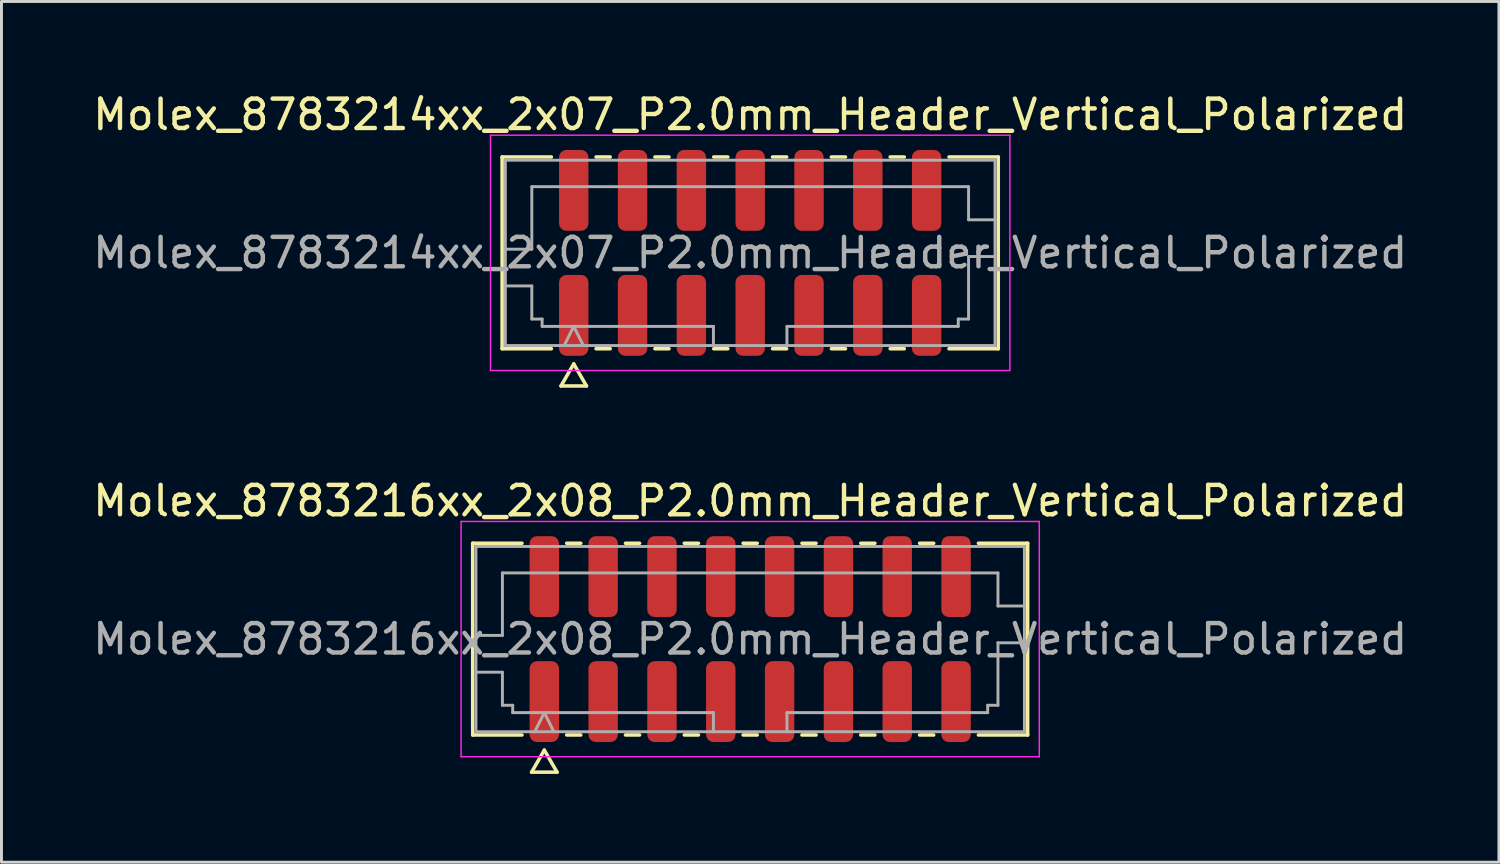
<source format=kicad_pcb>
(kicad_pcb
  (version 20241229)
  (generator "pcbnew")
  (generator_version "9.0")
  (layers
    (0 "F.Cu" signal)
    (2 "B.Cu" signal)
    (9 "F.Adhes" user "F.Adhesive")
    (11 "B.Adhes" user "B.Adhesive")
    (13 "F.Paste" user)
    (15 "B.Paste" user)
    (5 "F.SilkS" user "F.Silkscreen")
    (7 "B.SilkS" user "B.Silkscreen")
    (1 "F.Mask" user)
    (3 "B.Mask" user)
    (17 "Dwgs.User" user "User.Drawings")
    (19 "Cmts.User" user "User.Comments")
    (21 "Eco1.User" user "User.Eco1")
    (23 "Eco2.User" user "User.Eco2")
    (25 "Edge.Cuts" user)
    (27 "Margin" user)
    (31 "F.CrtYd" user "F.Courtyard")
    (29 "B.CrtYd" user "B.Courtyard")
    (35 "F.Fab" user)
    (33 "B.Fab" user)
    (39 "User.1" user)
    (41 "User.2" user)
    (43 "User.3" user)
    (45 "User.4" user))
  (footprint "Molex_8783216xx_2x08_P2.0mm_Header_Vertical_Polarized"
    (layer "F.Cu")
    (at 22.458 18.681)
    (property "Reference" "Molex_8783216xx_2x08_P2.0mm_Header_Vertical_Polarized" (at 0 -4.7 0) (layer "F.SilkS") (effects (font (size 1 1) (thickness 0.15))))
    (attr smd)
    (fp_line (start -9.435 -3.26) (end -7.76 -3.26) (stroke (width 0.12) (type solid)) (layer "F.SilkS"))
    (fp_line (start -9.435 3.26) (end -9.435 -3.26) (stroke (width 0.12) (type solid)) (layer "F.SilkS"))
    (fp_line (start -7.76 3.26) (end -9.435 3.26) (stroke (width 0.12) (type solid)) (layer "F.SilkS"))
    (fp_line (start -7.433 4.525) (end -7 3.775) (stroke (width 0.12) (type solid)) (layer "F.SilkS"))
    (fp_line (start -7 3.775) (end -6.567 4.525) (stroke (width 0.12) (type solid)) (layer "F.SilkS"))
    (fp_line (start -6.567 4.525) (end -7.433 4.525) (stroke (width 0.12) (type solid)) (layer "F.SilkS"))
    (fp_line (start -6.24 -3.26) (end -5.76 -3.26) (stroke (width 0.12) (type solid)) (layer "F.SilkS"))
    (fp_line (start -5.76 3.26) (end -6.24 3.26) (stroke (width 0.12) (type solid)) (layer "F.SilkS"))
    (fp_line (start -4.24 -3.26) (end -3.76 -3.26) (stroke (width 0.12) (type solid)) (layer "F.SilkS"))
    (fp_line (start -3.76 3.26) (end -4.24 3.26) (stroke (width 0.12) (type solid)) (layer "F.SilkS"))
    (fp_line (start -2.24 -3.26) (end -1.76 -3.26) (stroke (width 0.12) (type solid)) (layer "F.SilkS"))
    (fp_line (start -1.76 3.26) (end -2.24 3.26) (stroke (width 0.12) (type solid)) (layer "F.SilkS"))
    (fp_line (start -0.24 -3.26) (end 0.24 -3.26) (stroke (width 0.12) (type solid)) (layer "F.SilkS"))
    (fp_line (start 0.24 3.26) (end -0.24 3.26) (stroke (width 0.12) (type solid)) (layer "F.SilkS"))
    (fp_line (start 1.76 -3.26) (end 2.24 -3.26) (stroke (width 0.12) (type solid)) (layer "F.SilkS"))
    (fp_line (start 2.24 3.26) (end 1.76 3.26) (stroke (width 0.12) (type solid)) (layer "F.SilkS"))
    (fp_line (start 3.76 -3.26) (end 4.24 -3.26) (stroke (width 0.12) (type solid)) (layer "F.SilkS"))
    (fp_line (start 4.24 3.26) (end 3.76 3.26) (stroke (width 0.12) (type solid)) (layer "F.SilkS"))
    (fp_line (start 5.76 -3.26) (end 6.24 -3.26) (stroke (width 0.12) (type solid)) (layer "F.SilkS"))
    (fp_line (start 6.24 3.26) (end 5.76 3.26) (stroke (width 0.12) (type solid)) (layer "F.SilkS"))
    (fp_line (start 7.76 -3.26) (end 9.435 -3.26) (stroke (width 0.12) (type solid)) (layer "F.SilkS"))
    (fp_line (start 9.435 -3.26) (end 9.435 3.26) (stroke (width 0.12) (type solid)) (layer "F.SilkS"))
    (fp_line (start 9.435 3.26) (end 7.76 3.26) (stroke (width 0.12) (type solid)) (layer "F.SilkS"))
    (fp_line (start -9.83 -4) (end -9.83 4) (stroke (width 0.05) (type solid)) (layer "F.CrtYd"))
    (fp_line (start -9.83 4) (end 9.83 4) (stroke (width 0.05) (type solid)) (layer "F.CrtYd"))
    (fp_line (start 9.83 -4) (end -9.83 -4) (stroke (width 0.05) (type solid)) (layer "F.CrtYd"))
    (fp_line (start 9.83 4) (end 9.83 -4) (stroke (width 0.05) (type solid)) (layer "F.CrtYd"))
    (fp_line (start -9.325 -3.15) (end 9.325 -3.15) (stroke (width 0.1) (type solid)) (layer "F.Fab"))
    (fp_line (start -9.325 -0.125) (end -8.425 -0.125) (stroke (width 0.1) (type solid)) (layer "F.Fab"))
    (fp_line (start -9.325 1.125) (end -8.425 1.125) (stroke (width 0.1) (type solid)) (layer "F.Fab"))
    (fp_line (start -9.325 3.15) (end -9.325 -3.15) (stroke (width 0.1) (type solid)) (layer "F.Fab"))
    (fp_line (start -8.425 -2.25) (end 8.425 -2.25) (stroke (width 0.1) (type solid)) (layer "F.Fab"))
    (fp_line (start -8.425 -0.125) (end -8.425 -2.25) (stroke (width 0.1) (type solid)) (layer "F.Fab"))
    (fp_line (start -8.425 1.125) (end -8.425 2.25) (stroke (width 0.1) (type solid)) (layer "F.Fab"))
    (fp_line (start -8.425 2.25) (end -8.075 2.25) (stroke (width 0.1) (type solid)) (layer "F.Fab"))
    (fp_line (start -8.075 2.25) (end -8.075 2.5) (stroke (width 0.1) (type solid)) (layer "F.Fab"))
    (fp_line (start -8.075 2.5) (end -1.25 2.5) (stroke (width 0.1) (type solid)) (layer "F.Fab"))
    (fp_line (start -7.325 3.15) (end -7 2.5) (stroke (width 0.1) (type solid)) (layer "F.Fab"))
    (fp_line (start -7 2.5) (end -6.675 3.15) (stroke (width 0.1) (type solid)) (layer "F.Fab"))
    (fp_line (start -1.25 2.5) (end -1.25 3.15) (stroke (width 0.1) (type solid)) (layer "F.Fab"))
    (fp_line (start 1.25 2.5) (end 1.25 3.15) (stroke (width 0.1) (type solid)) (layer "F.Fab"))
    (fp_line (start 1.25 2.5) (end 8.075 2.5) (stroke (width 0.1) (type solid)) (layer "F.Fab"))
    (fp_line (start 8.075 2.25) (end 8.425 2.25) (stroke (width 0.1) (type solid)) (layer "F.Fab"))
    (fp_line (start 8.075 2.5) (end 8.075 2.25) (stroke (width 0.1) (type solid)) (layer "F.Fab"))
    (fp_line (start 8.425 -2.25) (end 8.425 -1.125) (stroke (width 0.1) (type solid)) (layer "F.Fab"))
    (fp_line (start 8.425 -1.125) (end 9.325 -1.125) (stroke (width 0.1) (type solid)) (layer "F.Fab"))
    (fp_line (start 8.425 0.125) (end 9.325 0.125) (stroke (width 0.1) (type solid)) (layer "F.Fab"))
    (fp_line (start 8.425 2.25) (end 8.425 0.125) (stroke (width 0.1) (type solid)) (layer "F.Fab"))
    (fp_line (start 9.325 -3.15) (end 9.325 3.15) (stroke (width 0.1) (type solid)) (layer "F.Fab"))
    (fp_line (start 9.325 3.15) (end -9.325 3.15) (stroke (width 0.1) (type solid)) (layer "F.Fab"))
    (fp_text user "${REFERENCE}" (at 0 0 0) (layer "F.Fab") (effects (font (size 1 1) (thickness 0.15))))
    (pad "1" smd roundrect (at -7 2.125) (size 1 2.75) (layers "F.Cu" "F.Mask" "F.Paste") (roundrect_rratio 0.25))
    (pad "2" smd roundrect (at -7 -2.125) (size 1 2.75) (layers "F.Cu" "F.Mask" "F.Paste") (roundrect_rratio 0.25))
    (pad "3" smd roundrect (at -5 2.125) (size 1 2.75) (layers "F.Cu" "F.Mask" "F.Paste") (roundrect_rratio 0.25))
    (pad "4" smd roundrect (at -5 -2.125) (size 1 2.75) (layers "F.Cu" "F.Mask" "F.Paste") (roundrect_rratio 0.25))
    (pad "5" smd roundrect (at -3 2.125) (size 1 2.75) (layers "F.Cu" "F.Mask" "F.Paste") (roundrect_rratio 0.25))
    (pad "6" smd roundrect (at -3 -2.125) (size 1 2.75) (layers "F.Cu" "F.Mask" "F.Paste") (roundrect_rratio 0.25))
    (pad "7" smd roundrect (at -1 2.125) (size 1 2.75) (layers "F.Cu" "F.Mask" "F.Paste") (roundrect_rratio 0.25))
    (pad "8" smd roundrect (at -1 -2.125) (size 1 2.75) (layers "F.Cu" "F.Mask" "F.Paste") (roundrect_rratio 0.25))
    (pad "9" smd roundrect (at 1 2.125) (size 1 2.75) (layers "F.Cu" "F.Mask" "F.Paste") (roundrect_rratio 0.25))
    (pad "10" smd roundrect (at 1 -2.125) (size 1 2.75) (layers "F.Cu" "F.Mask" "F.Paste") (roundrect_rratio 0.25))
    (pad "11" smd roundrect (at 3 2.125) (size 1 2.75) (layers "F.Cu" "F.Mask" "F.Paste") (roundrect_rratio 0.25))
    (pad "12" smd roundrect (at 3 -2.125) (size 1 2.75) (layers "F.Cu" "F.Mask" "F.Paste") (roundrect_rratio 0.25))
    (pad "13" smd roundrect (at 5 2.125) (size 1 2.75) (layers "F.Cu" "F.Mask" "F.Paste") (roundrect_rratio 0.25))
    (pad "14" smd roundrect (at 5 -2.125) (size 1 2.75) (layers "F.Cu" "F.Mask" "F.Paste") (roundrect_rratio 0.25))
    (pad "15" smd roundrect (at 7 2.125) (size 1 2.75) (layers "F.Cu" "F.Mask" "F.Paste") (roundrect_rratio 0.25))
    (pad "16" smd roundrect (at 7 -2.125) (size 1 2.75) (layers "F.Cu" "F.Mask" "F.Paste") (roundrect_rratio 0.25)))
  (footprint "Molex_8783214xx_2x07_P2.0mm_Header_Vertical_Polarized"
    (layer "F.Cu")
    (at 22.458 5.548)
    (property "Reference" "Molex_8783214xx_2x07_P2.0mm_Header_Vertical_Polarized" (at 0 -4.7 0) (layer "F.SilkS") (effects (font (size 1 1) (thickness 0.15))))
    (attr smd)
    (fp_line (start -8.435 -3.26) (end -6.76 -3.26) (stroke (width 0.12) (type solid)) (layer "F.SilkS"))
    (fp_line (start -8.435 3.26) (end -8.435 -3.26) (stroke (width 0.12) (type solid)) (layer "F.SilkS"))
    (fp_line (start -6.76 3.26) (end -8.435 3.26) (stroke (width 0.12) (type solid)) (layer "F.SilkS"))
    (fp_line (start -6.433 4.525) (end -6 3.775) (stroke (width 0.12) (type solid)) (layer "F.SilkS"))
    (fp_line (start -6 3.775) (end -5.567 4.525) (stroke (width 0.12) (type solid)) (layer "F.SilkS"))
    (fp_line (start -5.567 4.525) (end -6.433 4.525) (stroke (width 0.12) (type solid)) (layer "F.SilkS"))
    (fp_line (start -5.24 -3.26) (end -4.76 -3.26) (stroke (width 0.12) (type solid)) (layer "F.SilkS"))
    (fp_line (start -4.76 3.26) (end -5.24 3.26) (stroke (width 0.12) (type solid)) (layer "F.SilkS"))
    (fp_line (start -3.24 -3.26) (end -2.76 -3.26) (stroke (width 0.12) (type solid)) (layer "F.SilkS"))
    (fp_line (start -2.76 3.26) (end -3.24 3.26) (stroke (width 0.12) (type solid)) (layer "F.SilkS"))
    (fp_line (start -1.24 -3.26) (end -0.76 -3.26) (stroke (width 0.12) (type solid)) (layer "F.SilkS"))
    (fp_line (start -0.76 3.26) (end -1.24 3.26) (stroke (width 0.12) (type solid)) (layer "F.SilkS"))
    (fp_line (start 0.76 -3.26) (end 1.24 -3.26) (stroke (width 0.12) (type solid)) (layer "F.SilkS"))
    (fp_line (start 1.24 3.26) (end 0.76 3.26) (stroke (width 0.12) (type solid)) (layer "F.SilkS"))
    (fp_line (start 2.76 -3.26) (end 3.24 -3.26) (stroke (width 0.12) (type solid)) (layer "F.SilkS"))
    (fp_line (start 3.24 3.26) (end 2.76 3.26) (stroke (width 0.12) (type solid)) (layer "F.SilkS"))
    (fp_line (start 4.76 -3.26) (end 5.24 -3.26) (stroke (width 0.12) (type solid)) (layer "F.SilkS"))
    (fp_line (start 5.24 3.26) (end 4.76 3.26) (stroke (width 0.12) (type solid)) (layer "F.SilkS"))
    (fp_line (start 6.76 -3.26) (end 8.435 -3.26) (stroke (width 0.12) (type solid)) (layer "F.SilkS"))
    (fp_line (start 8.435 -3.26) (end 8.435 3.26) (stroke (width 0.12) (type solid)) (layer "F.SilkS"))
    (fp_line (start 8.435 3.26) (end 6.76 3.26) (stroke (width 0.12) (type solid)) (layer "F.SilkS"))
    (fp_line (start -8.83 -4) (end -8.83 4) (stroke (width 0.05) (type solid)) (layer "F.CrtYd"))
    (fp_line (start -8.83 4) (end 8.83 4) (stroke (width 0.05) (type solid)) (layer "F.CrtYd"))
    (fp_line (start 8.83 -4) (end -8.83 -4) (stroke (width 0.05) (type solid)) (layer "F.CrtYd"))
    (fp_line (start 8.83 4) (end 8.83 -4) (stroke (width 0.05) (type solid)) (layer "F.CrtYd"))
    (fp_line (start -8.325 -3.15) (end 8.325 -3.15) (stroke (width 0.1) (type solid)) (layer "F.Fab"))
    (fp_line (start -8.325 -0.125) (end -7.425 -0.125) (stroke (width 0.1) (type solid)) (layer "F.Fab"))
    (fp_line (start -8.325 1.125) (end -7.425 1.125) (stroke (width 0.1) (type solid)) (layer "F.Fab"))
    (fp_line (start -8.325 3.15) (end -8.325 -3.15) (stroke (width 0.1) (type solid)) (layer "F.Fab"))
    (fp_line (start -7.425 -2.25) (end 7.425 -2.25) (stroke (width 0.1) (type solid)) (layer "F.Fab"))
    (fp_line (start -7.425 -0.125) (end -7.425 -2.25) (stroke (width 0.1) (type solid)) (layer "F.Fab"))
    (fp_line (start -7.425 1.125) (end -7.425 2.25) (stroke (width 0.1) (type solid)) (layer "F.Fab"))
    (fp_line (start -7.425 2.25) (end -7.075 2.25) (stroke (width 0.1) (type solid)) (layer "F.Fab"))
    (fp_line (start -7.075 2.25) (end -7.075 2.5) (stroke (width 0.1) (type solid)) (layer "F.Fab"))
    (fp_line (start -7.075 2.5) (end -1.25 2.5) (stroke (width 0.1) (type solid)) (layer "F.Fab"))
    (fp_line (start -6.325 3.15) (end -6 2.5) (stroke (width 0.1) (type solid)) (layer "F.Fab"))
    (fp_line (start -6 2.5) (end -5.675 3.15) (stroke (width 0.1) (type solid)) (layer "F.Fab"))
    (fp_line (start -1.25 2.5) (end -1.25 3.15) (stroke (width 0.1) (type solid)) (layer "F.Fab"))
    (fp_line (start 1.25 2.5) (end 1.25 3.15) (stroke (width 0.1) (type solid)) (layer "F.Fab"))
    (fp_line (start 1.25 2.5) (end 7.075 2.5) (stroke (width 0.1) (type solid)) (layer "F.Fab"))
    (fp_line (start 7.075 2.25) (end 7.425 2.25) (stroke (width 0.1) (type solid)) (layer "F.Fab"))
    (fp_line (start 7.075 2.5) (end 7.075 2.25) (stroke (width 0.1) (type solid)) (layer "F.Fab"))
    (fp_line (start 7.425 -2.25) (end 7.425 -1.125) (stroke (width 0.1) (type solid)) (layer "F.Fab"))
    (fp_line (start 7.425 -1.125) (end 8.325 -1.125) (stroke (width 0.1) (type solid)) (layer "F.Fab"))
    (fp_line (start 7.425 0.125) (end 8.325 0.125) (stroke (width 0.1) (type solid)) (layer "F.Fab"))
    (fp_line (start 7.425 2.25) (end 7.425 0.125) (stroke (width 0.1) (type solid)) (layer "F.Fab"))
    (fp_line (start 8.325 -3.15) (end 8.325 3.15) (stroke (width 0.1) (type solid)) (layer "F.Fab"))
    (fp_line (start 8.325 3.15) (end -8.325 3.15) (stroke (width 0.1) (type solid)) (layer "F.Fab"))
    (fp_text user "${REFERENCE}" (at 0 0 0) (layer "F.Fab") (effects (font (size 1 1) (thickness 0.15))))
    (pad "1" smd roundrect (at -6 2.125) (size 1 2.75) (layers "F.Cu" "F.Mask" "F.Paste") (roundrect_rratio 0.25))
    (pad "2" smd roundrect (at -6 -2.125) (size 1 2.75) (layers "F.Cu" "F.Mask" "F.Paste") (roundrect_rratio 0.25))
    (pad "3" smd roundrect (at -4 2.125) (size 1 2.75) (layers "F.Cu" "F.Mask" "F.Paste") (roundrect_rratio 0.25))
    (pad "4" smd roundrect (at -4 -2.125) (size 1 2.75) (layers "F.Cu" "F.Mask" "F.Paste") (roundrect_rratio 0.25))
    (pad "5" smd roundrect (at -2 2.125) (size 1 2.75) (layers "F.Cu" "F.Mask" "F.Paste") (roundrect_rratio 0.25))
    (pad "6" smd roundrect (at -2 -2.125) (size 1 2.75) (layers "F.Cu" "F.Mask" "F.Paste") (roundrect_rratio 0.25))
    (pad "7" smd roundrect (at 0 2.125) (size 1 2.75) (layers "F.Cu" "F.Mask" "F.Paste") (roundrect_rratio 0.25))
    (pad "8" smd roundrect (at 0 -2.125) (size 1 2.75) (layers "F.Cu" "F.Mask" "F.Paste") (roundrect_rratio 0.25))
    (pad "9" smd roundrect (at 2 2.125) (size 1 2.75) (layers "F.Cu" "F.Mask" "F.Paste") (roundrect_rratio 0.25))
    (pad "10" smd roundrect (at 2 -2.125) (size 1 2.75) (layers "F.Cu" "F.Mask" "F.Paste") (roundrect_rratio 0.25))
    (pad "11" smd roundrect (at 4 2.125) (size 1 2.75) (layers "F.Cu" "F.Mask" "F.Paste") (roundrect_rratio 0.25))
    (pad "12" smd roundrect (at 4 -2.125) (size 1 2.75) (layers "F.Cu" "F.Mask" "F.Paste") (roundrect_rratio 0.25))
    (pad "13" smd roundrect (at 6 2.125) (size 1 2.75) (layers "F.Cu" "F.Mask" "F.Paste") (roundrect_rratio 0.25))
    (pad "14" smd roundrect (at 6 -2.125) (size 1 2.75) (layers "F.Cu" "F.Mask" "F.Paste") (roundrect_rratio 0.25)))
  (gr_rect
    (start -3 -3)
    (end 47.917 26.267)
    (stroke (width 0.1) (type default))
    (fill no)
    (layer "Edge.Cuts")))
</source>
